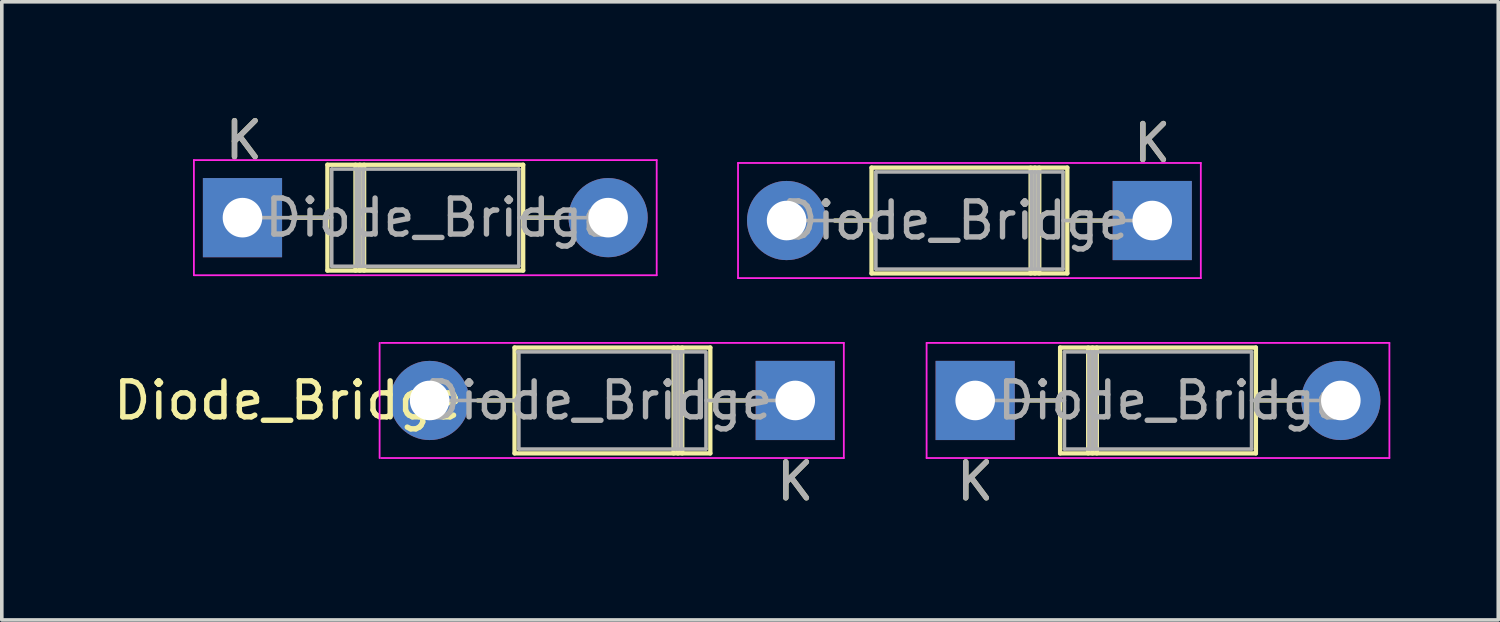
<source format=kicad_pcb>
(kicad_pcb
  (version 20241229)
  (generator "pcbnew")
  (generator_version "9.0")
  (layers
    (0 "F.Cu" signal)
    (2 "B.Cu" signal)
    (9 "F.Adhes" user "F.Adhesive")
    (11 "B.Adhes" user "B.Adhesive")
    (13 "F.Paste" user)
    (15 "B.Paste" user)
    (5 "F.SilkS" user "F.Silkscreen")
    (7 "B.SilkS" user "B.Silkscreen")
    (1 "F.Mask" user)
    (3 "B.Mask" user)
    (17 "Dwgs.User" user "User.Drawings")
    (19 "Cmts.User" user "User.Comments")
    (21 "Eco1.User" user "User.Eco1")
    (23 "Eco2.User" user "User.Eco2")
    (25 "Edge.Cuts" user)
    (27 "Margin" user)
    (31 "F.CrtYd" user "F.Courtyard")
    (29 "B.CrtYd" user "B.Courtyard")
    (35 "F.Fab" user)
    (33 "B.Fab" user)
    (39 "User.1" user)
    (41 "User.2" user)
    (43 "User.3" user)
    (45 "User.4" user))
  (footprint "Diode_Bridge"
    (layer "F.Cu")
    (at 16.388 5.538)
    (property "Reference" "Diode_Bridge" (at -11.43 2.54 0) (layer "F.SilkS") (effects (font (size 1 1) (thickness 0.15))))
    (attr through_hole)
    (fp_line (start -11.36 -2.54) (end -10.34 -2.54) (stroke (width 0.12) (type solid)) (layer "F.SilkS"))
    (fp_line (start -10.34 -4.01) (end -10.34 -1.07) (stroke (width 0.12) (type solid)) (layer "F.SilkS"))
    (fp_line (start -10.34 -1.07) (end -4.9 -1.07) (stroke (width 0.12) (type solid)) (layer "F.SilkS"))
    (fp_line (start -9.56 -4.01) (end -9.56 -1.07) (stroke (width 0.12) (type solid)) (layer "F.SilkS"))
    (fp_line (start -9.44 -4.01) (end -9.44 -1.07) (stroke (width 0.12) (type solid)) (layer "F.SilkS"))
    (fp_line (start -9.32 -4.01) (end -9.32 -1.07) (stroke (width 0.12) (type solid)) (layer "F.SilkS"))
    (fp_line (start -6.16 2.54) (end -5.14 2.54) (stroke (width 0.12) (type solid)) (layer "F.SilkS"))
    (fp_line (start -5.14 1.07) (end -5.14 4.01) (stroke (width 0.12) (type solid)) (layer "F.SilkS"))
    (fp_line (start -5.14 4.01) (end 0.3 4.01) (stroke (width 0.12) (type solid)) (layer "F.SilkS"))
    (fp_line (start -4.9 -4.01) (end -10.34 -4.01) (stroke (width 0.12) (type solid)) (layer "F.SilkS"))
    (fp_line (start -4.9 -1.07) (end -4.9 -4.01) (stroke (width 0.12) (type solid)) (layer "F.SilkS"))
    (fp_line (start -3.88 -2.54) (end -4.9 -2.54) (stroke (width 0.12) (type solid)) (layer "F.SilkS"))
    (fp_line (start -0.72 4.01) (end -0.72 1.07) (stroke (width 0.12) (type solid)) (layer "F.SilkS"))
    (fp_line (start -0.6 4.01) (end -0.6 1.07) (stroke (width 0.12) (type solid)) (layer "F.SilkS"))
    (fp_line (start -0.48 4.01) (end -0.48 1.07) (stroke (width 0.12) (type solid)) (layer "F.SilkS"))
    (fp_line (start 0.3 1.07) (end -5.14 1.07) (stroke (width 0.12) (type solid)) (layer "F.SilkS"))
    (fp_line (start 0.3 4.01) (end 0.3 1.07) (stroke (width 0.12) (type solid)) (layer "F.SilkS"))
    (fp_line (start 1.32 2.54) (end 0.3 2.54) (stroke (width 0.12) (type solid)) (layer "F.SilkS"))
    (fp_line (start 3.76 -2.46) (end 4.78 -2.46) (stroke (width 0.12) (type solid)) (layer "F.SilkS"))
    (fp_line (start 4.78 -3.93) (end 4.78 -0.99) (stroke (width 0.12) (type solid)) (layer "F.SilkS"))
    (fp_line (start 4.78 -0.99) (end 10.22 -0.99) (stroke (width 0.12) (type solid)) (layer "F.SilkS"))
    (fp_line (start 9 2.54) (end 10.02 2.54) (stroke (width 0.12) (type solid)) (layer "F.SilkS"))
    (fp_line (start 9.2 -0.99) (end 9.2 -3.93) (stroke (width 0.12) (type solid)) (layer "F.SilkS"))
    (fp_line (start 9.32 -0.99) (end 9.32 -3.93) (stroke (width 0.12) (type solid)) (layer "F.SilkS"))
    (fp_line (start 9.44 -0.99) (end 9.44 -3.93) (stroke (width 0.12) (type solid)) (layer "F.SilkS"))
    (fp_line (start 10.02 1.07) (end 10.02 4.01) (stroke (width 0.12) (type solid)) (layer "F.SilkS"))
    (fp_line (start 10.02 4.01) (end 15.46 4.01) (stroke (width 0.12) (type solid)) (layer "F.SilkS"))
    (fp_line (start 10.22 -3.93) (end 4.78 -3.93) (stroke (width 0.12) (type solid)) (layer "F.SilkS"))
    (fp_line (start 10.22 -0.99) (end 10.22 -3.93) (stroke (width 0.12) (type solid)) (layer "F.SilkS"))
    (fp_line (start 10.8 1.07) (end 10.8 4.01) (stroke (width 0.12) (type solid)) (layer "F.SilkS"))
    (fp_line (start 10.92 1.07) (end 10.92 4.01) (stroke (width 0.12) (type solid)) (layer "F.SilkS"))
    (fp_line (start 11.04 1.07) (end 11.04 4.01) (stroke (width 0.12) (type solid)) (layer "F.SilkS"))
    (fp_line (start 11.24 -2.46) (end 10.22 -2.46) (stroke (width 0.12) (type solid)) (layer "F.SilkS"))
    (fp_line (start 15.46 1.07) (end 10.02 1.07) (stroke (width 0.12) (type solid)) (layer "F.SilkS"))
    (fp_line (start 15.46 4.01) (end 15.46 1.07) (stroke (width 0.12) (type solid)) (layer "F.SilkS"))
    (fp_line (start 16.48 2.54) (end 15.46 2.54) (stroke (width 0.12) (type solid)) (layer "F.SilkS"))
    (fp_line (start -14.05 -4.14) (end -14.05 -0.94) (stroke (width 0.05) (type solid)) (layer "F.CrtYd"))
    (fp_line (start -14.05 -0.94) (end -1.19 -0.94) (stroke (width 0.05) (type solid)) (layer "F.CrtYd"))
    (fp_line (start -8.89 0.94) (end -8.89 4.14) (stroke (width 0.05) (type solid)) (layer "F.CrtYd"))
    (fp_line (start -8.85 4.14) (end 4.01 4.14) (stroke (width 0.05) (type solid)) (layer "F.CrtYd"))
    (fp_line (start -1.19 -4.14) (end -14.05 -4.14) (stroke (width 0.05) (type solid)) (layer "F.CrtYd"))
    (fp_line (start -1.19 -0.94) (end -1.19 -4.14) (stroke (width 0.05) (type solid)) (layer "F.CrtYd"))
    (fp_line (start 1.07 -4.06) (end 1.07 -0.86) (stroke (width 0.05) (type solid)) (layer "F.CrtYd"))
    (fp_line (start 1.07 -0.86) (end 13.93 -0.86) (stroke (width 0.05) (type solid)) (layer "F.CrtYd"))
    (fp_line (start 4.01 0.94) (end -8.85 0.94) (stroke (width 0.05) (type solid)) (layer "F.CrtYd"))
    (fp_line (start 4.01 4.14) (end 4.01 0.94) (stroke (width 0.05) (type solid)) (layer "F.CrtYd"))
    (fp_line (start 6.31 0.94) (end 6.31 4.14) (stroke (width 0.05) (type solid)) (layer "F.CrtYd"))
    (fp_line (start 6.31 4.14) (end 19.17 4.14) (stroke (width 0.05) (type solid)) (layer "F.CrtYd"))
    (fp_line (start 13.93 -4.06) (end 1.07 -4.06) (stroke (width 0.05) (type solid)) (layer "F.CrtYd"))
    (fp_line (start 13.93 -0.86) (end 13.93 -4.06) (stroke (width 0.05) (type solid)) (layer "F.CrtYd"))
    (fp_line (start 19.17 0.94) (end 6.31 0.94) (stroke (width 0.05) (type solid)) (layer "F.CrtYd"))
    (fp_line (start 19.17 4.14) (end 19.17 0.94) (stroke (width 0.05) (type solid)) (layer "F.CrtYd"))
    (fp_line (start -12.7 -2.54) (end -10.22 -2.54) (stroke (width 0.1) (type solid)) (layer "F.Fab"))
    (fp_line (start -10.22 -3.89) (end -10.22 -1.19) (stroke (width 0.1) (type solid)) (layer "F.Fab"))
    (fp_line (start -10.22 -1.19) (end -5.02 -1.19) (stroke (width 0.1) (type solid)) (layer "F.Fab"))
    (fp_line (start -9.54 -3.89) (end -9.54 -1.19) (stroke (width 0.1) (type solid)) (layer "F.Fab"))
    (fp_line (start -9.44 -3.89) (end -9.44 -1.19) (stroke (width 0.1) (type solid)) (layer "F.Fab"))
    (fp_line (start -9.34 -3.89) (end -9.34 -1.19) (stroke (width 0.1) (type solid)) (layer "F.Fab"))
    (fp_line (start -7.5 2.54) (end -5.02 2.54) (stroke (width 0.1) (type solid)) (layer "F.Fab"))
    (fp_line (start -5.02 -3.89) (end -10.22 -3.89) (stroke (width 0.1) (type solid)) (layer "F.Fab"))
    (fp_line (start -5.02 -1.19) (end -5.02 -3.89) (stroke (width 0.1) (type solid)) (layer "F.Fab"))
    (fp_line (start -5.02 1.19) (end -5.02 3.89) (stroke (width 0.1) (type solid)) (layer "F.Fab"))
    (fp_line (start -5.02 3.89) (end 0.18 3.89) (stroke (width 0.1) (type solid)) (layer "F.Fab"))
    (fp_line (start -2.54 -2.54) (end -5.02 -2.54) (stroke (width 0.1) (type solid)) (layer "F.Fab"))
    (fp_line (start -0.7 3.89) (end -0.7 1.19) (stroke (width 0.1) (type solid)) (layer "F.Fab"))
    (fp_line (start -0.6 3.89) (end -0.6 1.19) (stroke (width 0.1) (type solid)) (layer "F.Fab"))
    (fp_line (start -0.5 3.89) (end -0.5 1.19) (stroke (width 0.1) (type solid)) (layer "F.Fab"))
    (fp_line (start 0.14 1.19) (end -5.06 1.19) (stroke (width 0.1) (type solid)) (layer "F.Fab"))
    (fp_line (start 0.18 3.89) (end 0.18 1.19) (stroke (width 0.1) (type solid)) (layer "F.Fab"))
    (fp_line (start 2.42 -2.46) (end 4.9 -2.46) (stroke (width 0.1) (type solid)) (layer "F.Fab"))
    (fp_line (start 2.66 2.54) (end 0.18 2.54) (stroke (width 0.1) (type solid)) (layer "F.Fab"))
    (fp_line (start 4.9 -3.81) (end 4.9 -1.11) (stroke (width 0.1) (type solid)) (layer "F.Fab"))
    (fp_line (start 4.9 -1.11) (end 10.1 -1.11) (stroke (width 0.1) (type solid)) (layer "F.Fab"))
    (fp_line (start 7.66 2.54) (end 10.14 2.54) (stroke (width 0.1) (type solid)) (layer "F.Fab"))
    (fp_line (start 9.22 -1.11) (end 9.22 -3.81) (stroke (width 0.1) (type solid)) (layer "F.Fab"))
    (fp_line (start 9.32 -1.11) (end 9.32 -3.81) (stroke (width 0.1) (type solid)) (layer "F.Fab"))
    (fp_line (start 9.42 -1.11) (end 9.42 -3.81) (stroke (width 0.1) (type solid)) (layer "F.Fab"))
    (fp_line (start 10.1 -3.81) (end 4.9 -3.81) (stroke (width 0.1) (type solid)) (layer "F.Fab"))
    (fp_line (start 10.1 -1.11) (end 10.1 -3.81) (stroke (width 0.1) (type solid)) (layer "F.Fab"))
    (fp_line (start 10.14 1.19) (end 10.14 3.89) (stroke (width 0.1) (type solid)) (layer "F.Fab"))
    (fp_line (start 10.14 3.89) (end 15.34 3.89) (stroke (width 0.1) (type solid)) (layer "F.Fab"))
    (fp_line (start 10.82 1.19) (end 10.82 3.89) (stroke (width 0.1) (type solid)) (layer "F.Fab"))
    (fp_line (start 10.92 1.19) (end 10.92 3.89) (stroke (width 0.1) (type solid)) (layer "F.Fab"))
    (fp_line (start 11.02 1.19) (end 11.02 3.89) (stroke (width 0.1) (type solid)) (layer "F.Fab"))
    (fp_line (start 12.58 -2.46) (end 10.1 -2.46) (stroke (width 0.1) (type solid)) (layer "F.Fab"))
    (fp_line (start 15.34 1.19) (end 10.14 1.19) (stroke (width 0.1) (type solid)) (layer "F.Fab"))
    (fp_line (start 15.34 3.89) (end 15.34 1.19) (stroke (width 0.1) (type solid)) (layer "F.Fab"))
    (fp_line (start 17.82 2.54) (end 15.34 2.54) (stroke (width 0.1) (type solid)) (layer "F.Fab"))
    (fp_text user "K" (at 7.66 4.79 0) (layer "F.SilkS") (effects (font (size 1 1) (thickness 0.15))))
    (fp_text user "K" (at -12.66 -4.69 0) (layer "F.SilkS") (effects (font (size 1 1) (thickness 0.15))))
    (fp_text user "K" (at 2.66 4.79 180) (layer "F.SilkS") (effects (font (size 1 1) (thickness 0.15))))
    (fp_text user "K" (at 12.58 -4.61 180) (layer "F.SilkS") (effects (font (size 1 1) (thickness 0.15))))
    (fp_text user "${REFERENCE}" (at 13.13 2.54 0) (layer "F.Fab") (effects (font (size 1 1) (thickness 0.15))))
    (fp_text user "${REFERENCE}" (at -2.81 2.54 180) (layer "F.Fab") (effects (font (size 1 1) (thickness 0.15))))
    (fp_text user "${REFERENCE}" (at 7.11 -2.46 180) (layer "F.Fab") (effects (font (size 1 1) (thickness 0.15))))
    (fp_text user "K" (at 12.58 -4.61 180) (layer "F.Fab") (effects (font (size 1 1) (thickness 0.15))))
    (fp_text user "K" (at 7.66 4.79 0) (layer "F.Fab") (effects (font (size 1 1) (thickness 0.15))))
    (fp_text user "K" (at -12.66 -4.69 0) (layer "F.Fab") (effects (font (size 1 1) (thickness 0.15))))
    (fp_text user "K" (at 2.66 4.79 180) (layer "F.Fab") (effects (font (size 1 1) (thickness 0.15))))
    (fp_text user "${REFERENCE}" (at -7.23 -2.54 0) (layer "F.Fab") (effects (font (size 1 1) (thickness 0.15))))
    (pad "1" thru_hole rect (at -12.7 -2.54) (size 2.2 2.2) (drill 1.1) (layers "*.Cu" "*.Mask"))
    (pad "1" thru_hole rect (at 2.66 2.54 180) (size 2.2 2.2) (drill 1.1) (layers "*.Cu" "*.Mask"))
    (pad "1" thru_hole rect (at 7.66 2.54) (size 2.2 2.2) (drill 1.1) (layers "*.Cu" "*.Mask"))
    (pad "1" thru_hole rect (at 12.58 -2.46 180) (size 2.2 2.2) (drill 1.1) (layers "*.Cu" "*.Mask"))
    (pad "2" thru_hole oval (at -7.5 2.54 180) (size 2.2 2.2) (drill 1.1) (layers "*.Cu" "*.Mask"))
    (pad "2" thru_hole oval (at -2.54 -2.54) (size 2.2 2.2) (drill 1.1) (layers "*.Cu" "*.Mask"))
    (pad "2" thru_hole oval (at 2.42 -2.46 180) (size 2.2 2.2) (drill 1.1) (layers "*.Cu" "*.Mask"))
    (pad "2" thru_hole oval (at 17.82 2.54) (size 2.2 2.2) (drill 1.1) (layers "*.Cu" "*.Mask")))
  (gr_rect
    (start -3 -3)
    (end 38.583 14.177)
    (stroke (width 0.1) (type default))
    (fill no)
    (layer "Edge.Cuts")))
</source>
